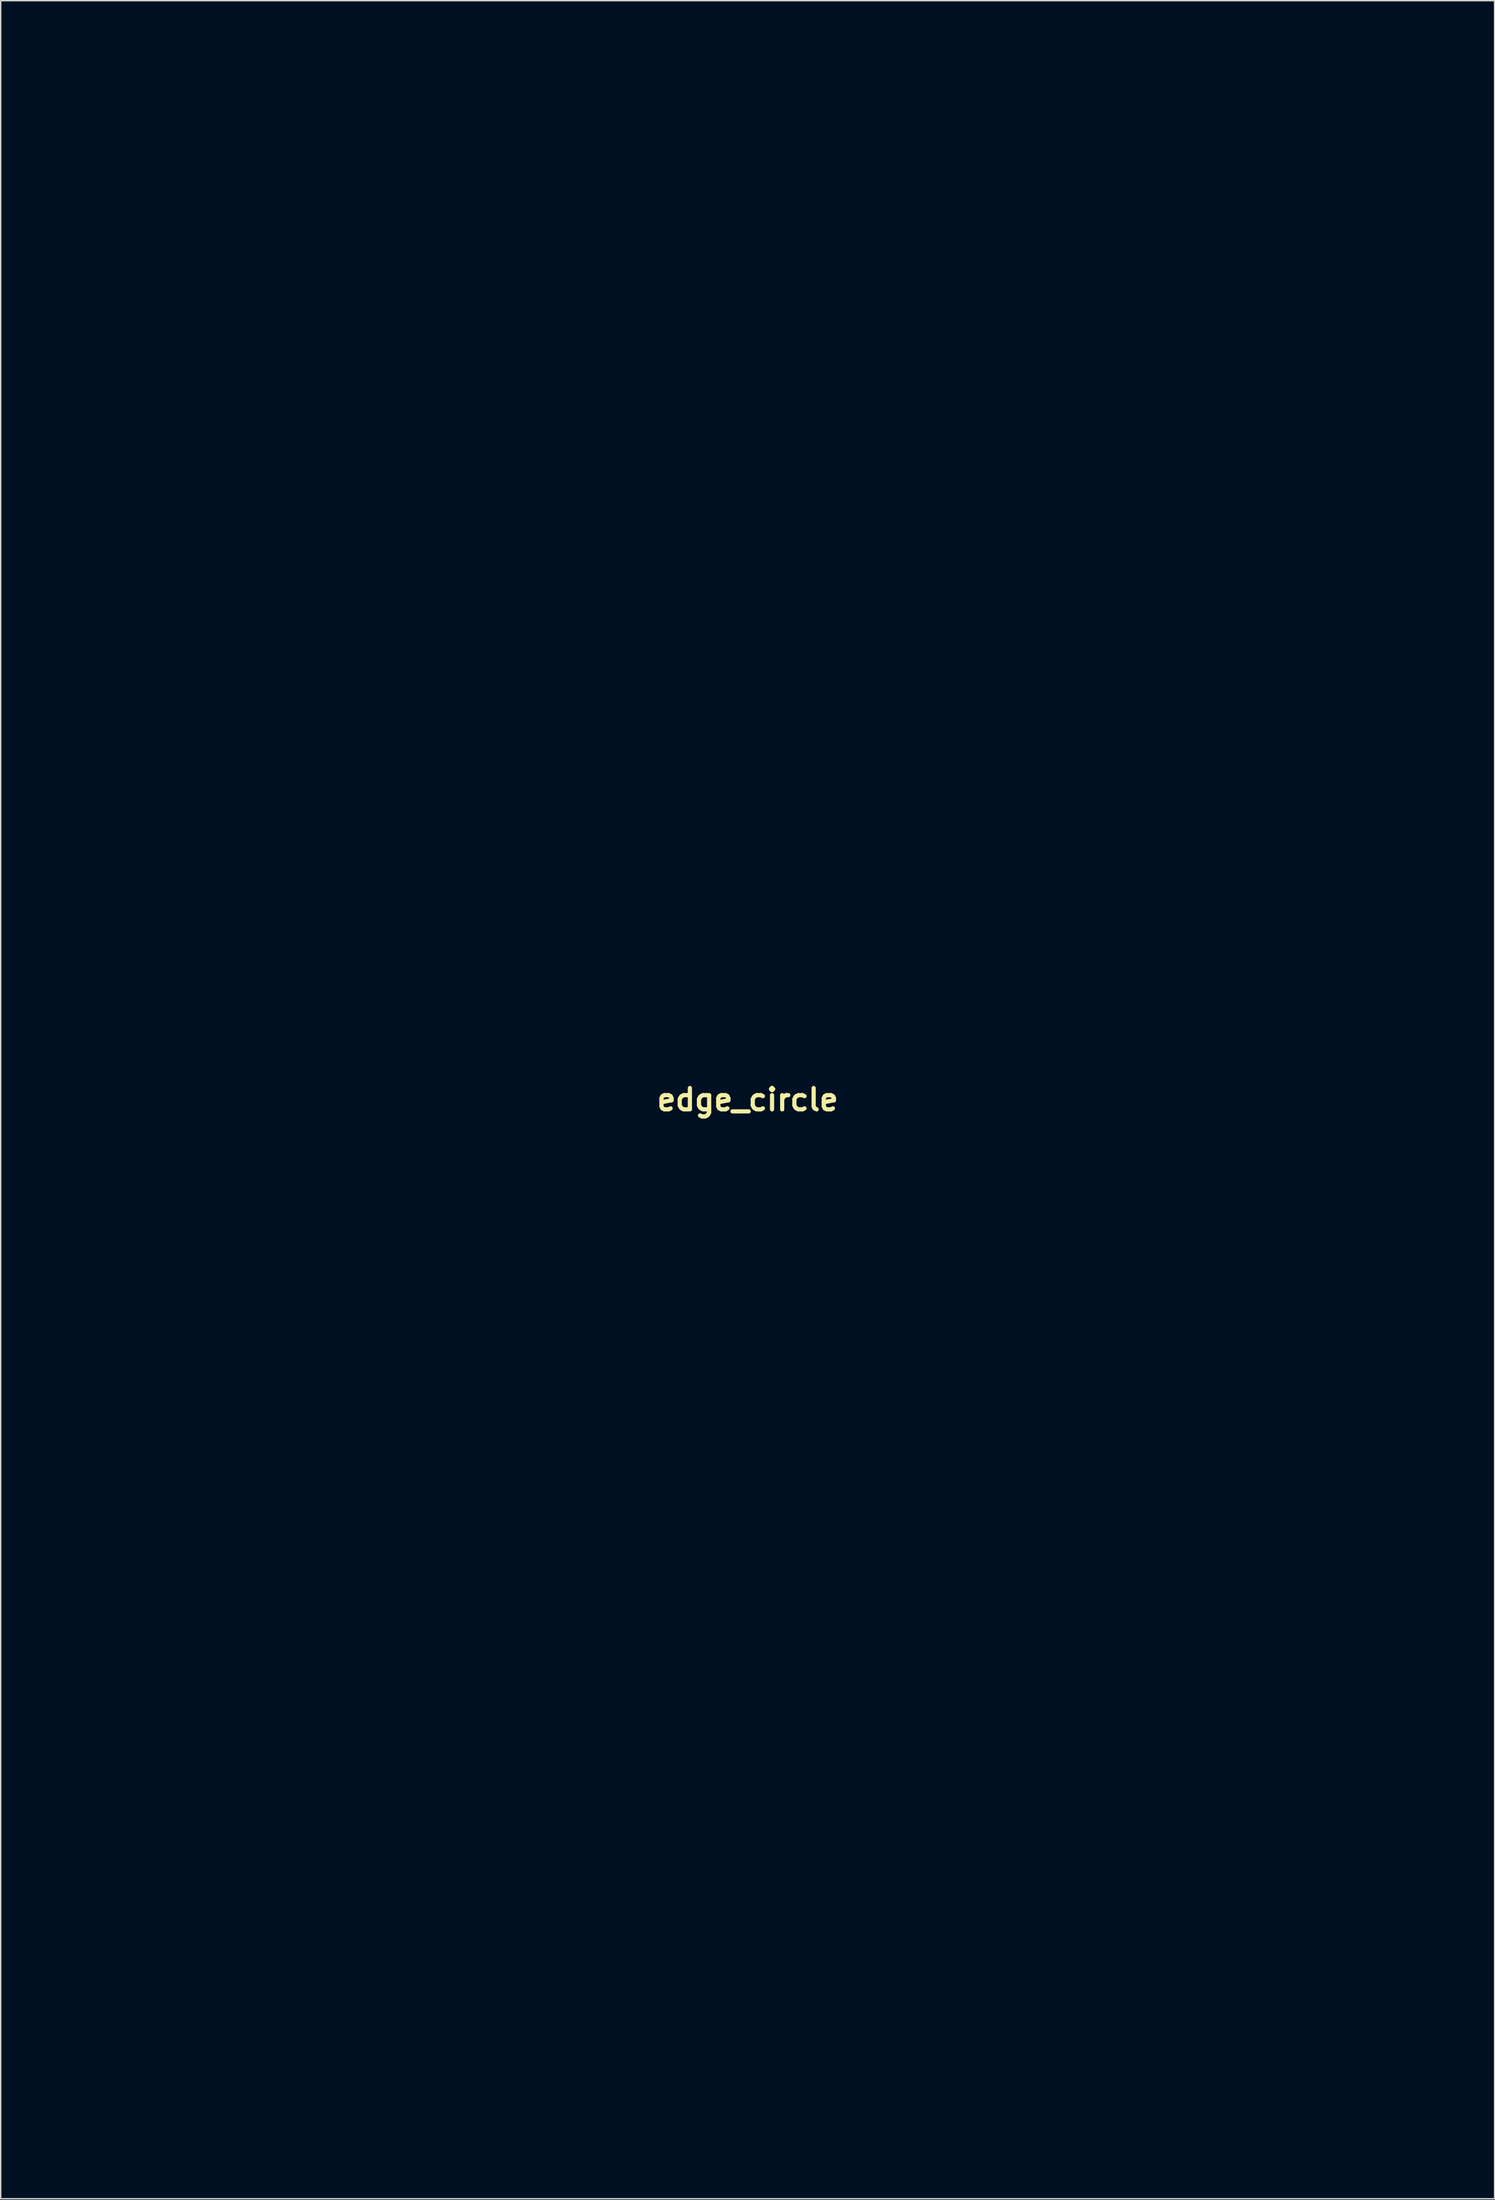
<source format=kicad_pcb>
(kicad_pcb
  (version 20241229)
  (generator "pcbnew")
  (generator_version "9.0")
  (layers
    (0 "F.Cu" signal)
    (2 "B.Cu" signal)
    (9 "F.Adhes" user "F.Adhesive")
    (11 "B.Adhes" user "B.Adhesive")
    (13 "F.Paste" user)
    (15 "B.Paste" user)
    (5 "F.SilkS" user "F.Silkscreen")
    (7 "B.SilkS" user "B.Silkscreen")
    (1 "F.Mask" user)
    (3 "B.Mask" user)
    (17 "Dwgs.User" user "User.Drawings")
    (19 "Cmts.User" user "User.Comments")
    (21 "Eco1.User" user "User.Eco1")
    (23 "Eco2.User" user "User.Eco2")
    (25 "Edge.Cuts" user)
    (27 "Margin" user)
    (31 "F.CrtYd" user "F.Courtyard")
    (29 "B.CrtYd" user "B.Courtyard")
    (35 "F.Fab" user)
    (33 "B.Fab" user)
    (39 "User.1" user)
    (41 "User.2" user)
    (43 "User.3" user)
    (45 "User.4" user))
  (footprint "edge_circle"
    (layer "F.Cu")
    (at 50.431 75.588)
    (property "Reference" "edge_circle" (at 0 0 0) (layer "F.SilkS") (effects (font (size 1.524 1.524) (thickness 0.3))))
    (attr through_hole)
    (fp_poly (pts (xy 2.774 -75.508) (xy 5.638 -75.27) (xy 8.488 -74.87) (xy 11.318 -74.307) (xy 14.118 -73.581) (xy 15.646 -73.11) (xy 18.367 -72.137) (xy 21.02 -71.011) (xy 23.6 -69.736) (xy 26.1 -68.317) (xy 28.514 -66.759) (xy 30.836 -65.067) (xy 33.06 -63.244) (xy 35.179 -61.296) (xy 37.189 -59.228) (xy 39.081 -57.044) (xy 40.851 -54.748) (xy 41.935 -53.195) (xy 43.492 -50.723) (xy 44.893 -48.184) (xy 46.14 -45.578) (xy 47.23 -42.906) (xy 48.164 -40.169) (xy 48.942 -37.368) (xy 49.563 -34.502) (xy 50.028 -31.573) (xy 50.262 -29.464) (xy 50.36 -28.049) (xy 50.412 -26.515) (xy 50.417 -24.904) (xy 50.378 -23.259) (xy 50.295 -21.624) (xy 50.169 -20.04) (xy 50.002 -18.551) (xy 49.948 -18.161) (xy 49.449 -15.258) (xy 48.789 -12.408) (xy 47.971 -9.614) (xy 46.996 -6.881) (xy 45.867 -4.212) (xy 44.584 -1.612) (xy 43.151 0.916) (xy 41.568 3.367) (xy 39.838 5.738) (xy 37.962 8.024) (xy 37.423 8.636) (xy 37.199 8.879) (xy 36.876 9.219) (xy 36.475 9.634) (xy 36.017 10.104) (xy 35.523 10.606) (xy 35.015 11.118) (xy 34.83 11.303) (xy 33.658 12.495) (xy 32.613 13.601) (xy 31.685 14.636) (xy 30.864 15.613) (xy 30.139 16.545) (xy 29.498 17.445) (xy 28.933 18.327) (xy 28.433 19.205) (xy 28.018 20.024) (xy 27.645 20.848) (xy 27.352 21.603) (xy 27.131 22.327) (xy 26.974 23.06) (xy 26.873 23.841) (xy 26.818 24.709) (xy 26.803 25.703) (xy 26.803 25.739) (xy 26.807 26.424) (xy 26.82 26.98) (xy 26.844 27.45) (xy 26.881 27.873) (xy 26.935 28.291) (xy 27.001 28.701) (xy 27.168 29.593) (xy 27.371 30.524) (xy 27.616 31.513) (xy 27.907 32.58) (xy 28.251 33.742) (xy 28.653 35.019) (xy 29.117 36.431) (xy 29.157 36.551) (xy 29.349 37.13) (xy 29.486 37.568) (xy 29.574 37.883) (xy 29.617 38.093) (xy 29.621 38.216) (xy 29.597 38.264) (xy 29.55 38.344) (xy 29.544 38.493) (xy 29.581 38.746) (xy 29.644 39.052) (xy 29.95 40.731) (xy 30.159 42.504) (xy 30.267 44.327) (xy 30.274 46.154) (xy 30.177 47.94) (xy 30.098 48.729) (xy 29.753 50.975) (xy 29.25 53.169) (xy 28.592 55.303) (xy 27.785 57.371) (xy 26.832 59.366) (xy 25.738 61.282) (xy 24.507 63.111) (xy 23.144 64.848) (xy 21.652 66.485) (xy 20.037 68.016) (xy 18.302 69.434) (xy 16.452 70.733) (xy 15.294 71.449) (xy 13.352 72.494) (xy 11.333 73.392) (xy 9.25 74.142) (xy 7.115 74.738) (xy 4.941 75.18) (xy 2.742 75.463) (xy 0.528 75.585) (xy -1.685 75.542) (xy -2.074 75.517) (xy -4.307 75.277) (xy -6.502 74.876) (xy -8.651 74.318) (xy -10.746 73.609) (xy -12.779 72.753) (xy -14.741 71.754) (xy -16.625 70.617) (xy -18.421 69.347) (xy -20.122 67.948) (xy -21.72 66.426) (xy -23.206 64.783) (xy -24.572 63.026) (xy -24.685 62.868) (xy -25.252 62.028) (xy -25.833 61.091) (xy -26.41 60.092) (xy -26.963 59.07) (xy -27.471 58.061) (xy -27.915 57.103) (xy -28.275 56.231) (xy -28.328 56.092) (xy -29.052 53.896) (xy -29.611 51.681) (xy -30.004 49.453) (xy -30.232 47.218) (xy -30.292 44.982) (xy -30.186 42.75) (xy -29.911 40.527) (xy -29.759 39.666) (xy -29.675 39.237) (xy -29.598 38.853) (xy -29.536 38.552) (xy -29.496 38.374) (xy -29.492 38.361) (xy -29.471 38.217) (xy -29.535 38.196) (xy -29.577 38.21) (xy -29.696 38.211) (xy -29.717 38.161) (xy -29.692 37.995) (xy -29.622 37.686) (xy -29.511 37.253) (xy -29.365 36.713) (xy -29.189 36.086) (xy -28.988 35.389) (xy -28.767 34.642) (xy -28.532 33.867) (xy -28.174 32.68) (xy -27.869 31.631) (xy -27.614 30.701) (xy -27.405 29.868) (xy -27.236 29.113) (xy -27.105 28.414) (xy -27.005 27.753) (xy -26.934 27.107) (xy -26.888 26.456) (xy -26.863 25.854) (xy -26.848 25.206) (xy -26.849 24.684) (xy -26.867 24.245) (xy -26.903 23.848) (xy -26.96 23.448) (xy -26.962 23.441) (xy -27.205 22.332) (xy -27.577 21.206) (xy -28.079 20.058) (xy -28.716 18.884) (xy -29.49 17.678) (xy -30.406 16.435) (xy -31.467 15.15) (xy -32.676 13.818) (xy -34.037 12.433) (xy -35.185 11.333) (xy -35.622 10.922) (xy -36.016 10.548) (xy -36.35 10.228) (xy -36.607 9.976) (xy -36.773 9.808) (xy -36.83 9.74) (xy -36.778 9.64) (xy -36.733 9.589) (xy -36.72 9.513) (xy -36.791 9.374) (xy -36.956 9.156) (xy -37.228 8.842) (xy -37.352 8.704) (xy -39.11 6.658) (xy -40.774 4.494) (xy -42.327 2.234) (xy -43.754 -0.095) (xy -45.037 -2.47) (xy -45.733 -3.91) (xy -46.89 -6.612) (xy -47.885 -9.357) (xy -48.717 -12.138) (xy -49.386 -14.95) (xy -49.892 -17.786) (xy -50.234 -20.64) (xy -50.412 -23.506) (xy -50.425 -26.153) (xy -50.264 -26.153) (xy -50.239 -23.353) (xy -50.058 -20.553) (xy -49.719 -17.761) (xy -49.222 -14.984) (xy -48.567 -12.227) (xy -47.753 -9.498) (xy -46.78 -6.803) (xy -45.646 -4.149) (xy -44.869 -2.54) (xy -43.77 -0.49) (xy -42.561 1.535) (xy -41.261 3.506) (xy -39.89 5.396) (xy -38.468 7.174) (xy -37.014 8.813) (xy -36.975 8.855) (xy -36.694 9.158) (xy -36.517 9.366) (xy -36.428 9.503) (xy -36.412 9.593) (xy -36.453 9.662) (xy -36.456 9.665) (xy -36.483 9.714) (xy -36.468 9.785) (xy -36.4 9.892) (xy -36.266 10.048) (xy -36.053 10.268) (xy -35.749 10.564) (xy -35.341 10.951) (xy -34.987 11.282) (xy -33.499 12.721) (xy -32.166 14.107) (xy -30.985 15.444) (xy -29.954 16.736) (xy -29.069 17.99) (xy -28.326 19.209) (xy -27.723 20.398) (xy -27.255 21.563) (xy -26.92 22.707) (xy -26.866 22.945) (xy -26.812 23.236) (xy -26.771 23.545) (xy -26.743 23.902) (xy -26.727 24.339) (xy -26.719 24.885) (xy -26.719 25.527) (xy -26.723 26.175) (xy -26.733 26.692) (xy -26.751 27.114) (xy -26.78 27.481) (xy -26.824 27.829) (xy -26.884 28.196) (xy -26.949 28.54) (xy -27.088 29.218) (xy -27.236 29.88) (xy -27.403 30.559) (xy -27.597 31.286) (xy -27.826 32.095) (xy -28.1 33.016) (xy -28.242 33.486) (xy -28.474 34.254) (xy -28.694 34.994) (xy -28.896 35.686) (xy -29.076 36.314) (xy -29.227 36.857) (xy -29.345 37.299) (xy -29.426 37.62) (xy -29.462 37.803) (xy -29.464 37.826) (xy -29.409 37.909) (xy -29.327 37.896) (xy -29.232 37.887) (xy -29.233 37.994) (xy -29.244 38.035) (xy -29.322 38.353) (xy -29.417 38.8) (xy -29.522 39.338) (xy -29.631 39.93) (xy -29.736 40.538) (xy -29.831 41.123) (xy -29.908 41.647) (xy -29.942 41.91) (xy -30.015 42.675) (xy -30.065 43.562) (xy -30.092 44.53) (xy -30.096 45.536) (xy -30.078 46.537) (xy -30.038 47.492) (xy -29.976 48.359) (xy -29.903 49.022) (xy -29.577 51.019) (xy -29.154 52.904) (xy -28.624 54.712) (xy -27.976 56.477) (xy -27.2 58.233) (xy -27.006 58.632) (xy -25.933 60.614) (xy -24.724 62.499) (xy -23.385 64.28) (xy -21.922 65.952) (xy -20.341 67.51) (xy -18.647 68.948) (xy -16.847 70.26) (xy -14.947 71.442) (xy -12.952 72.488) (xy -11.062 73.316) (xy -9.23 73.971) (xy -7.301 74.516) (xy -5.313 74.942) (xy -3.304 75.242) (xy -2.19 75.351) (xy -1.689 75.378) (xy -1.061 75.393) (xy -0.346 75.397) (xy 0.414 75.39) (xy 1.177 75.373) (xy 1.904 75.346) (xy 2.552 75.311) (xy 3.081 75.268) (xy 3.09 75.267) (xy 5.313 74.951) (xy 7.489 74.476) (xy 9.611 73.846) (xy 11.671 73.065) (xy 13.663 72.139) (xy 15.579 71.071) (xy 17.412 69.868) (xy 19.155 68.533) (xy 20.801 67.072) (xy 22.342 65.489) (xy 23.772 63.789) (xy 25.084 61.976) (xy 26.269 60.055) (xy 26.403 59.817) (xy 27.363 57.922) (xy 28.185 55.945) (xy 28.864 53.904) (xy 29.4 51.812) (xy 29.79 49.686) (xy 30.032 47.54) (xy 30.123 45.39) (xy 30.061 43.25) (xy 29.845 41.137) (xy 29.472 39.065) (xy 29.464 39.031) (xy 29.383 38.644) (xy 29.346 38.392) (xy 29.35 38.245) (xy 29.393 38.176) (xy 29.394 38.175) (xy 29.412 38.115) (xy 29.394 37.969) (xy 29.337 37.723) (xy 29.237 37.368) (xy 29.092 36.889) (xy 28.898 36.276) (xy 28.652 35.516) (xy 28.633 35.459) (xy 28.248 34.262) (xy 27.918 33.195) (xy 27.638 32.234) (xy 27.401 31.352) (xy 27.199 30.523) (xy 27.025 29.721) (xy 26.873 28.921) (xy 26.864 28.871) (xy 26.785 28.403) (xy 26.725 27.999) (xy 26.684 27.621) (xy 26.657 27.227) (xy 26.642 26.777) (xy 26.635 26.23) (xy 26.634 25.696) (xy 26.637 25.045) (xy 26.645 24.529) (xy 26.662 24.116) (xy 26.689 23.772) (xy 26.728 23.464) (xy 26.783 23.159) (xy 26.823 22.971) (xy 27.117 21.848) (xy 27.516 20.732) (xy 28.025 19.608) (xy 28.652 18.465) (xy 29.405 17.289) (xy 30.291 16.07) (xy 31.316 14.793) (xy 31.949 14.055) (xy 32.232 13.741) (xy 32.611 13.333) (xy 33.063 12.858) (xy 33.563 12.34) (xy 34.086 11.806) (xy 34.609 11.279) (xy 34.712 11.176) (xy 35.906 9.966) (xy 36.983 8.827) (xy 37.966 7.736) (xy 38.876 6.664) (xy 39.736 5.589) (xy 40.569 4.482) (xy 41.007 3.873) (xy 42.616 1.46) (xy 44.075 -1.026) (xy 45.383 -3.58) (xy 46.539 -6.194) (xy 47.541 -8.862) (xy 48.389 -11.576) (xy 49.081 -14.33) (xy 49.616 -17.117) (xy 49.993 -19.93) (xy 50.21 -22.762) (xy 50.268 -25.607) (xy 50.163 -28.457) (xy 49.896 -31.306) (xy 49.465 -34.146) (xy 48.869 -36.972) (xy 48.3 -39.122) (xy 47.422 -41.865) (xy 46.387 -44.546) (xy 45.201 -47.161) (xy 43.869 -49.701) (xy 42.394 -52.161) (xy 40.782 -54.535) (xy 39.036 -56.814) (xy 37.162 -58.994) (xy 35.163 -61.067) (xy 33.045 -63.028) (xy 30.811 -64.869) (xy 29.972 -65.507) (xy 27.6 -67.167) (xy 25.148 -68.68) (xy 22.622 -70.045) (xy 20.029 -71.26) (xy 17.377 -72.323) (xy 14.672 -73.232) (xy 11.922 -73.987) (xy 9.132 -74.584) (xy 6.311 -75.023) (xy 3.465 -75.301) (xy 0.601 -75.417) (xy -2.274 -75.37) (xy -5.153 -75.157) (xy -7.916 -74.795) (xy -10.765 -74.256) (xy -13.566 -73.557) (xy -16.311 -72.702) (xy -18.996 -71.693) (xy -21.613 -70.536) (xy -24.158 -69.233) (xy -26.623 -67.788) (xy -29.004 -66.204) (xy -31.294 -64.487) (xy -33.486 -62.638) (xy -35.575 -60.662) (xy -37.556 -58.562) (xy -39.421 -56.343) (xy -40.361 -55.118) (xy -42.022 -52.746) (xy -43.532 -50.302) (xy -44.892 -47.792) (xy -46.1 -45.224) (xy -47.156 -42.603) (xy -48.059 -39.937) (xy -48.809 -37.231) (xy -49.405 -34.493) (xy -49.846 -31.73) (xy -50.133 -28.948) (xy -50.264 -26.153) (xy -50.425 -26.153) (xy -50.426 -26.379) (xy -50.275 -29.252) (xy -49.96 -32.119) (xy -49.478 -34.975) (xy -48.831 -37.812) (xy -48.018 -40.625) (xy -47.929 -40.9) (xy -46.956 -43.609) (xy -45.833 -46.247) (xy -44.563 -48.808) (xy -43.153 -51.286) (xy -41.607 -53.678) (xy -39.93 -55.976) (xy -38.127 -58.175) (xy -36.204 -60.27) (xy -34.165 -62.255) (xy -32.015 -64.125) (xy -29.76 -65.875) (xy -27.405 -67.498) (xy -24.954 -68.99) (xy -22.413 -70.345) (xy -19.787 -71.556) (xy -19.685 -71.6) (xy -16.995 -72.65) (xy -14.256 -73.54) (xy -11.475 -74.27) (xy -8.661 -74.84) (xy -5.821 -75.249) (xy -2.964 -75.497) (xy -0.096 -75.583) (xy 2.774 -75.508)) (stroke (width 0.01) (type solid)) (fill no) (layer "Eco1.User")))
  (gr_rect
    (start -3 -3)
    (end 103.854 154.178)
    (stroke (width 0.1) (type default))
    (fill no)
    (layer "Edge.Cuts")))
</source>
